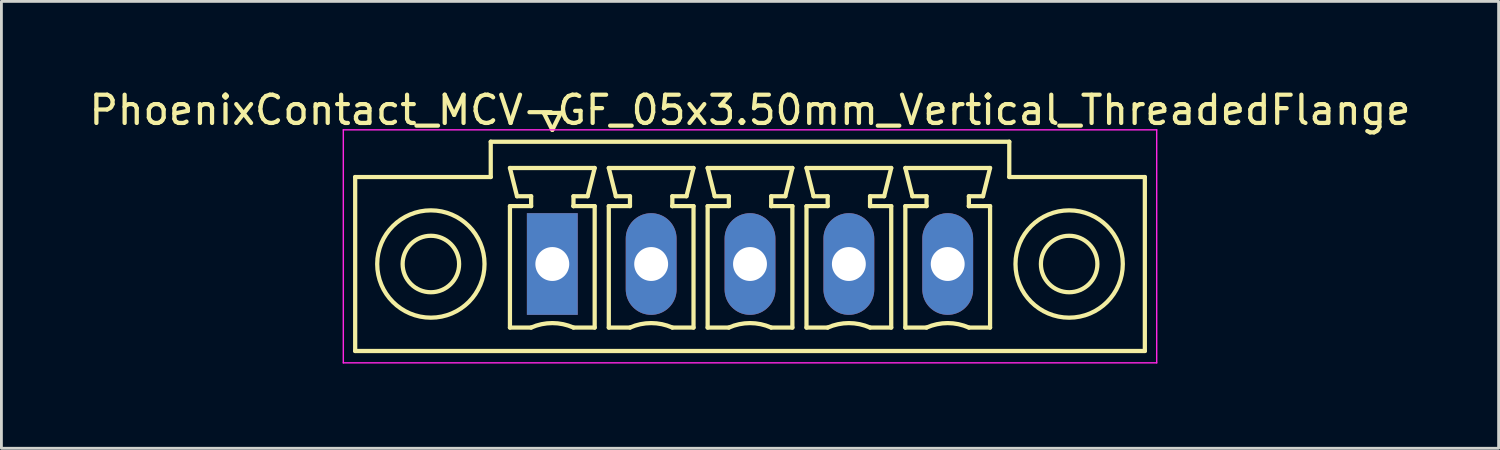
<source format=kicad_pcb>
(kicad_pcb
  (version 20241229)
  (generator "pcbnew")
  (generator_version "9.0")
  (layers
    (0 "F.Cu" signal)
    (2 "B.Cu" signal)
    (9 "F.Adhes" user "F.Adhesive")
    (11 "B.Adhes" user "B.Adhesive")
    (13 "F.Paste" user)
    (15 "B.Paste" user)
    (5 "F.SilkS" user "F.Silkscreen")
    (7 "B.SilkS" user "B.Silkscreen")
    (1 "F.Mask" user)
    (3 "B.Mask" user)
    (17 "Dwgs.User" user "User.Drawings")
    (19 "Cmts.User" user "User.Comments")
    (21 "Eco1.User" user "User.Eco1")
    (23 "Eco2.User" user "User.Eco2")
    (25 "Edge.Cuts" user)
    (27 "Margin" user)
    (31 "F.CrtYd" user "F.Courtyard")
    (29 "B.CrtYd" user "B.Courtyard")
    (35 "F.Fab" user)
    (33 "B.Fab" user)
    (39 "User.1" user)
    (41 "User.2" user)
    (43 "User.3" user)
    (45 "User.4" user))
  (footprint "PhoenixContact_MCV-GF_05x3.50mm_Vertical_ThreadedFlange"
    (layer "F.Cu")
    (at 16.506 6.298)
    (property "Reference" "PhoenixContact_MCV-GF_05x3.50mm_Vertical_ThreadedFlange" (at 7 -5.45 0) (layer "F.SilkS") (effects (font (size 1 1) (thickness 0.15))))
    (attr through_hole)
    (fp_line (start -6.98 -3.08) (end -6.98 3.08) (stroke (width 0.15) (type solid)) (layer "F.SilkS"))
    (fp_line (start -6.98 3.08) (end 20.98 3.08) (stroke (width 0.15) (type solid)) (layer "F.SilkS"))
    (fp_line (start -2.18 -4.33) (end -2.18 -3.08) (stroke (width 0.15) (type solid)) (layer "F.SilkS"))
    (fp_line (start -2.18 -3.08) (end -6.98 -3.08) (stroke (width 0.15) (type solid)) (layer "F.SilkS"))
    (fp_line (start -1.5 -3.4) (end 1.5 -3.4) (stroke (width 0.15) (type solid)) (layer "F.SilkS"))
    (fp_line (start -1.5 -2.05) (end -0.75 -2.05) (stroke (width 0.15) (type solid)) (layer "F.SilkS"))
    (fp_line (start -1.5 2.25) (end -1.5 -2.05) (stroke (width 0.15) (type solid)) (layer "F.SilkS"))
    (fp_line (start -1.25 -2.4) (end -1.5 -3.4) (stroke (width 0.15) (type solid)) (layer "F.SilkS"))
    (fp_line (start -0.75 -2.4) (end -1.25 -2.4) (stroke (width 0.15) (type solid)) (layer "F.SilkS"))
    (fp_line (start -0.75 -2.05) (end -0.75 -2.4) (stroke (width 0.15) (type solid)) (layer "F.SilkS"))
    (fp_line (start -0.75 2.25) (end -1.5 2.25) (stroke (width 0.15) (type solid)) (layer "F.SilkS"))
    (fp_line (start -0.3 -5.35) (end 0 -4.75) (stroke (width 0.15) (type solid)) (layer "F.SilkS"))
    (fp_line (start 0 -4.75) (end 0.3 -5.35) (stroke (width 0.15) (type solid)) (layer "F.SilkS"))
    (fp_line (start 0.3 -5.35) (end -0.3 -5.35) (stroke (width 0.15) (type solid)) (layer "F.SilkS"))
    (fp_line (start 0.75 -2.4) (end 0.75 -2.05) (stroke (width 0.15) (type solid)) (layer "F.SilkS"))
    (fp_line (start 0.75 -2.05) (end 0.75 -2.05) (stroke (width 0.15) (type solid)) (layer "F.SilkS"))
    (fp_line (start 0.75 -2.05) (end 1.5 -2.05) (stroke (width 0.15) (type solid)) (layer "F.SilkS"))
    (fp_line (start 1.25 -2.4) (end 0.75 -2.4) (stroke (width 0.15) (type solid)) (layer "F.SilkS"))
    (fp_line (start 1.5 -3.4) (end 1.25 -2.4) (stroke (width 0.15) (type solid)) (layer "F.SilkS"))
    (fp_line (start 1.5 -2.05) (end 1.5 2.25) (stroke (width 0.15) (type solid)) (layer "F.SilkS"))
    (fp_line (start 1.5 2.25) (end 0.75 2.25) (stroke (width 0.15) (type solid)) (layer "F.SilkS"))
    (fp_line (start 2 -3.4) (end 5 -3.4) (stroke (width 0.15) (type solid)) (layer "F.SilkS"))
    (fp_line (start 2 -2.05) (end 2.75 -2.05) (stroke (width 0.15) (type solid)) (layer "F.SilkS"))
    (fp_line (start 2 2.25) (end 2 -2.05) (stroke (width 0.15) (type solid)) (layer "F.SilkS"))
    (fp_line (start 2.25 -2.4) (end 2 -3.4) (stroke (width 0.15) (type solid)) (layer "F.SilkS"))
    (fp_line (start 2.75 -2.4) (end 2.25 -2.4) (stroke (width 0.15) (type solid)) (layer "F.SilkS"))
    (fp_line (start 2.75 -2.05) (end 2.75 -2.4) (stroke (width 0.15) (type solid)) (layer "F.SilkS"))
    (fp_line (start 2.75 2.25) (end 2 2.25) (stroke (width 0.15) (type solid)) (layer "F.SilkS"))
    (fp_line (start 4.25 -2.4) (end 4.25 -2.05) (stroke (width 0.15) (type solid)) (layer "F.SilkS"))
    (fp_line (start 4.25 -2.05) (end 4.25 -2.05) (stroke (width 0.15) (type solid)) (layer "F.SilkS"))
    (fp_line (start 4.25 -2.05) (end 5 -2.05) (stroke (width 0.15) (type solid)) (layer "F.SilkS"))
    (fp_line (start 4.75 -2.4) (end 4.25 -2.4) (stroke (width 0.15) (type solid)) (layer "F.SilkS"))
    (fp_line (start 5 -3.4) (end 4.75 -2.4) (stroke (width 0.15) (type solid)) (layer "F.SilkS"))
    (fp_line (start 5 -2.05) (end 5 2.25) (stroke (width 0.15) (type solid)) (layer "F.SilkS"))
    (fp_line (start 5 2.25) (end 4.25 2.25) (stroke (width 0.15) (type solid)) (layer "F.SilkS"))
    (fp_line (start 5.5 -3.4) (end 8.5 -3.4) (stroke (width 0.15) (type solid)) (layer "F.SilkS"))
    (fp_line (start 5.5 -2.05) (end 6.25 -2.05) (stroke (width 0.15) (type solid)) (layer "F.SilkS"))
    (fp_line (start 5.5 2.25) (end 5.5 -2.05) (stroke (width 0.15) (type solid)) (layer "F.SilkS"))
    (fp_line (start 5.75 -2.4) (end 5.5 -3.4) (stroke (width 0.15) (type solid)) (layer "F.SilkS"))
    (fp_line (start 6.25 -2.4) (end 5.75 -2.4) (stroke (width 0.15) (type solid)) (layer "F.SilkS"))
    (fp_line (start 6.25 -2.05) (end 6.25 -2.4) (stroke (width 0.15) (type solid)) (layer "F.SilkS"))
    (fp_line (start 6.25 2.25) (end 5.5 2.25) (stroke (width 0.15) (type solid)) (layer "F.SilkS"))
    (fp_line (start 7.75 -2.4) (end 7.75 -2.05) (stroke (width 0.15) (type solid)) (layer "F.SilkS"))
    (fp_line (start 7.75 -2.05) (end 7.75 -2.05) (stroke (width 0.15) (type solid)) (layer "F.SilkS"))
    (fp_line (start 7.75 -2.05) (end 8.5 -2.05) (stroke (width 0.15) (type solid)) (layer "F.SilkS"))
    (fp_line (start 8.25 -2.4) (end 7.75 -2.4) (stroke (width 0.15) (type solid)) (layer "F.SilkS"))
    (fp_line (start 8.5 -3.4) (end 8.25 -2.4) (stroke (width 0.15) (type solid)) (layer "F.SilkS"))
    (fp_line (start 8.5 -2.05) (end 8.5 2.25) (stroke (width 0.15) (type solid)) (layer "F.SilkS"))
    (fp_line (start 8.5 2.25) (end 7.75 2.25) (stroke (width 0.15) (type solid)) (layer "F.SilkS"))
    (fp_line (start 9 -3.4) (end 12 -3.4) (stroke (width 0.15) (type solid)) (layer "F.SilkS"))
    (fp_line (start 9 -2.05) (end 9.75 -2.05) (stroke (width 0.15) (type solid)) (layer "F.SilkS"))
    (fp_line (start 9 2.25) (end 9 -2.05) (stroke (width 0.15) (type solid)) (layer "F.SilkS"))
    (fp_line (start 9.25 -2.4) (end 9 -3.4) (stroke (width 0.15) (type solid)) (layer "F.SilkS"))
    (fp_line (start 9.75 -2.4) (end 9.25 -2.4) (stroke (width 0.15) (type solid)) (layer "F.SilkS"))
    (fp_line (start 9.75 -2.05) (end 9.75 -2.4) (stroke (width 0.15) (type solid)) (layer "F.SilkS"))
    (fp_line (start 9.75 2.25) (end 9 2.25) (stroke (width 0.15) (type solid)) (layer "F.SilkS"))
    (fp_line (start 11.25 -2.4) (end 11.25 -2.05) (stroke (width 0.15) (type solid)) (layer "F.SilkS"))
    (fp_line (start 11.25 -2.05) (end 11.25 -2.05) (stroke (width 0.15) (type solid)) (layer "F.SilkS"))
    (fp_line (start 11.25 -2.05) (end 12 -2.05) (stroke (width 0.15) (type solid)) (layer "F.SilkS"))
    (fp_line (start 11.75 -2.4) (end 11.25 -2.4) (stroke (width 0.15) (type solid)) (layer "F.SilkS"))
    (fp_line (start 12 -3.4) (end 11.75 -2.4) (stroke (width 0.15) (type solid)) (layer "F.SilkS"))
    (fp_line (start 12 -2.05) (end 12 2.25) (stroke (width 0.15) (type solid)) (layer "F.SilkS"))
    (fp_line (start 12 2.25) (end 11.25 2.25) (stroke (width 0.15) (type solid)) (layer "F.SilkS"))
    (fp_line (start 12.5 -3.4) (end 15.5 -3.4) (stroke (width 0.15) (type solid)) (layer "F.SilkS"))
    (fp_line (start 12.5 -2.05) (end 13.25 -2.05) (stroke (width 0.15) (type solid)) (layer "F.SilkS"))
    (fp_line (start 12.5 2.25) (end 12.5 -2.05) (stroke (width 0.15) (type solid)) (layer "F.SilkS"))
    (fp_line (start 12.75 -2.4) (end 12.5 -3.4) (stroke (width 0.15) (type solid)) (layer "F.SilkS"))
    (fp_line (start 13.25 -2.4) (end 12.75 -2.4) (stroke (width 0.15) (type solid)) (layer "F.SilkS"))
    (fp_line (start 13.25 -2.05) (end 13.25 -2.4) (stroke (width 0.15) (type solid)) (layer "F.SilkS"))
    (fp_line (start 13.25 2.25) (end 12.5 2.25) (stroke (width 0.15) (type solid)) (layer "F.SilkS"))
    (fp_line (start 14.75 -2.4) (end 14.75 -2.05) (stroke (width 0.15) (type solid)) (layer "F.SilkS"))
    (fp_line (start 14.75 -2.05) (end 14.75 -2.05) (stroke (width 0.15) (type solid)) (layer "F.SilkS"))
    (fp_line (start 14.75 -2.05) (end 15.5 -2.05) (stroke (width 0.15) (type solid)) (layer "F.SilkS"))
    (fp_line (start 15.25 -2.4) (end 14.75 -2.4) (stroke (width 0.15) (type solid)) (layer "F.SilkS"))
    (fp_line (start 15.5 -3.4) (end 15.25 -2.4) (stroke (width 0.15) (type solid)) (layer "F.SilkS"))
    (fp_line (start 15.5 -2.05) (end 15.5 2.25) (stroke (width 0.15) (type solid)) (layer "F.SilkS"))
    (fp_line (start 15.5 2.25) (end 14.75 2.25) (stroke (width 0.15) (type solid)) (layer "F.SilkS"))
    (fp_line (start 16.18 -4.33) (end -2.18 -4.33) (stroke (width 0.15) (type solid)) (layer "F.SilkS"))
    (fp_line (start 16.18 -3.08) (end 16.18 -4.33) (stroke (width 0.15) (type solid)) (layer "F.SilkS"))
    (fp_line (start 20.98 -3.08) (end 16.18 -3.08) (stroke (width 0.15) (type solid)) (layer "F.SilkS"))
    (fp_line (start 20.98 3.08) (end 20.98 -3.08) (stroke (width 0.15) (type solid)) (layer "F.SilkS"))
    (fp_arc (start -0.75 2.25) (mid -0.000193 2.09191) (end 0.749647 2.249844) (stroke (width 0.15) (type solid)) (layer "F.SilkS"))
    (fp_arc (start 2.75 2.25) (mid 3.499807 2.09191) (end 4.249647 2.249844) (stroke (width 0.15) (type solid)) (layer "F.SilkS"))
    (fp_arc (start 6.25 2.25) (mid 6.999807 2.09191) (end 7.749647 2.249844) (stroke (width 0.15) (type solid)) (layer "F.SilkS"))
    (fp_arc (start 9.75 2.25) (mid 10.499807 2.09191) (end 11.249647 2.249844) (stroke (width 0.15) (type solid)) (layer "F.SilkS"))
    (fp_arc (start 13.25 2.25) (mid 13.999807 2.09191) (end 14.749647 2.249844) (stroke (width 0.15) (type solid)) (layer "F.SilkS"))
    (fp_circle (center -4.3 0) (end -3.3 0) (stroke (width 0.15) (type solid)) (fill no) (layer "F.SilkS"))
    (fp_circle (center -4.3 0) (end -2.4 0) (stroke (width 0.15) (type solid)) (fill no) (layer "F.SilkS"))
    (fp_circle (center 18.3 0) (end 19.3 0) (stroke (width 0.15) (type solid)) (fill no) (layer "F.SilkS"))
    (fp_circle (center 18.3 0) (end 20.2 0) (stroke (width 0.15) (type solid)) (fill no) (layer "F.SilkS"))
    (fp_line (start -7.4 -4.75) (end -7.4 3.5) (stroke (width 0.05) (type solid)) (layer "F.CrtYd"))
    (fp_line (start -7.4 3.5) (end 21.4 3.5) (stroke (width 0.05) (type solid)) (layer "F.CrtYd"))
    (fp_line (start 21.4 -4.75) (end -7.4 -4.75) (stroke (width 0.05) (type solid)) (layer "F.CrtYd"))
    (fp_line (start 21.4 3.5) (end 21.4 -4.75) (stroke (width 0.05) (type solid)) (layer "F.CrtYd"))
    (pad "1" thru_hole rect (at 0 0) (size 1.8 3.6) (drill 1.2) (layers "*.Cu" "*.Mask"))
    (pad "2" thru_hole oval (at 3.5 0) (size 1.8 3.6) (drill 1.2) (layers "*.Cu" "*.Mask"))
    (pad "3" thru_hole oval (at 7 0) (size 1.8 3.6) (drill 1.2) (layers "*.Cu" "*.Mask"))
    (pad "4" thru_hole oval (at 10.5 0) (size 1.8 3.6) (drill 1.2) (layers "*.Cu" "*.Mask"))
    (pad "5" thru_hole oval (at 14 0) (size 1.8 3.6) (drill 1.2) (layers "*.Cu" "*.Mask")))
  (gr_rect
    (start -3 -3)
    (end 50.012 12.823)
    (stroke (width 0.1) (type default))
    (fill no)
    (layer "Edge.Cuts")))
</source>
